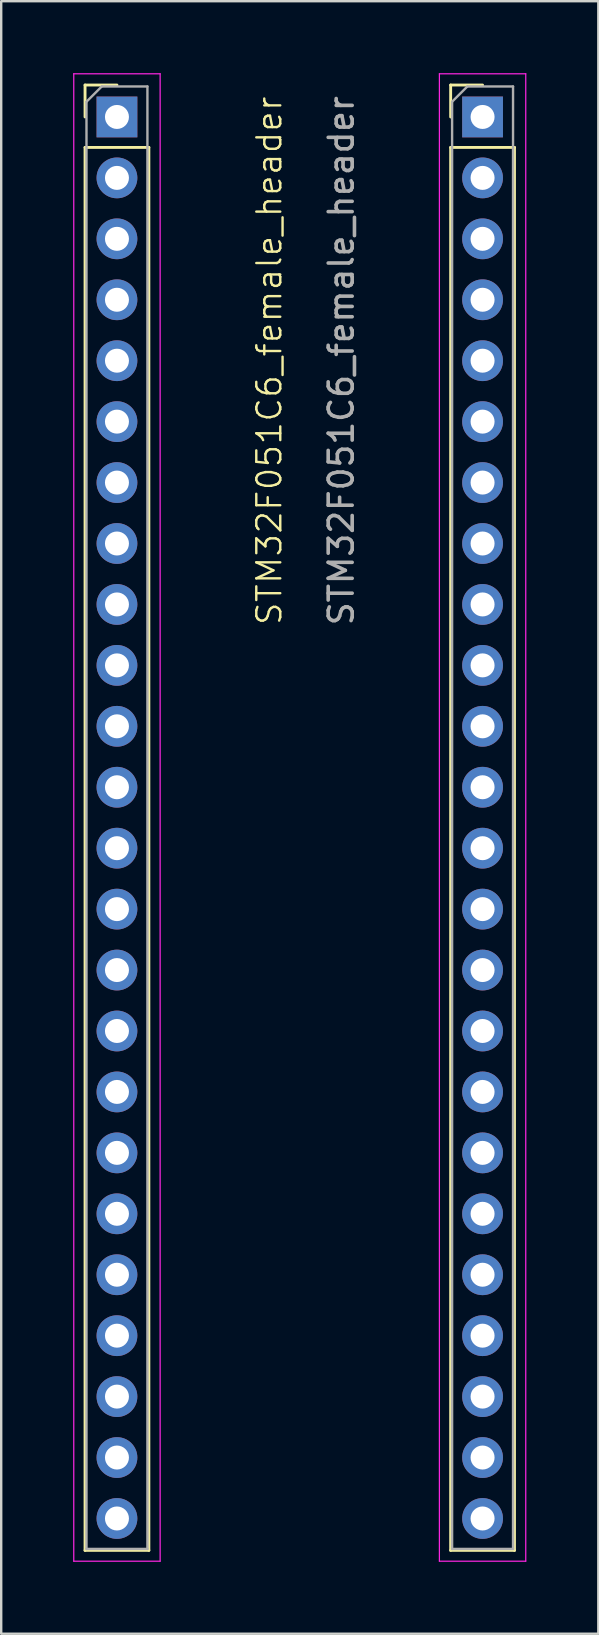
<source format=kicad_pcb>
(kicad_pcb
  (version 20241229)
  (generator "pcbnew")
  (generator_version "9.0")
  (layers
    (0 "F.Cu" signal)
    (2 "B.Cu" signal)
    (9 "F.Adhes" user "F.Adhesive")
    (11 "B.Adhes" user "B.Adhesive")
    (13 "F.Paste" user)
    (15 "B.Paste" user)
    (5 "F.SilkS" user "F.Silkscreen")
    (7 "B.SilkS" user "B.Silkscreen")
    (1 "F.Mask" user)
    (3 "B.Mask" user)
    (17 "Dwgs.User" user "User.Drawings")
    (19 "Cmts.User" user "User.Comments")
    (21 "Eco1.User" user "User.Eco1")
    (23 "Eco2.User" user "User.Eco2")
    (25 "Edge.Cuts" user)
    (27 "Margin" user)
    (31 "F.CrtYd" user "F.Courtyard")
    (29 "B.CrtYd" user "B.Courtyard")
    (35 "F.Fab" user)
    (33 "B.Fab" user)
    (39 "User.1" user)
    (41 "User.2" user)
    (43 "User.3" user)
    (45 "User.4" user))
  (footprint "STM32F051C6_female_header"
    (layer "F.Cu")
    (at 9.445 4.365)
    (property "Reference" "STM32F051C6_female_header" (at -1.27 7.62 90) (unlocked yes) (layer "F.SilkS") (effects (font (size 1 1) (thickness 0.1))))
    (attr smd)
    (fp_line (start -8.95 -3.87) (end -7.62 -3.87) (stroke (width 0.12) (type solid)) (layer "F.SilkS"))
    (fp_line (start -8.95 -2.54) (end -8.95 -3.87) (stroke (width 0.12) (type solid)) (layer "F.SilkS"))
    (fp_line (start -8.95 -1.27) (end -8.95 57.21) (stroke (width 0.12) (type solid)) (layer "F.SilkS"))
    (fp_line (start -8.95 -1.27) (end -6.29 -1.27) (stroke (width 0.12) (type solid)) (layer "F.SilkS"))
    (fp_line (start -8.95 57.21) (end -6.29 57.21) (stroke (width 0.12) (type solid)) (layer "F.SilkS"))
    (fp_line (start -6.29 -1.27) (end -6.29 57.21) (stroke (width 0.12) (type solid)) (layer "F.SilkS"))
    (fp_line (start 6.29 -3.87) (end 7.62 -3.87) (stroke (width 0.12) (type solid)) (layer "F.SilkS"))
    (fp_line (start 6.29 -2.54) (end 6.29 -3.87) (stroke (width 0.12) (type solid)) (layer "F.SilkS"))
    (fp_line (start 6.29 -1.27) (end 6.29 57.21) (stroke (width 0.12) (type solid)) (layer "F.SilkS"))
    (fp_line (start 6.29 -1.27) (end 8.95 -1.27) (stroke (width 0.12) (type solid)) (layer "F.SilkS"))
    (fp_line (start 6.29 57.21) (end 8.95 57.21) (stroke (width 0.12) (type solid)) (layer "F.SilkS"))
    (fp_line (start 8.95 -1.27) (end 8.95 57.21) (stroke (width 0.12) (type solid)) (layer "F.SilkS"))
    (fp_line (start -9.42 -4.34) (end -9.42 57.66) (stroke (width 0.05) (type solid)) (layer "F.CrtYd"))
    (fp_line (start -9.42 57.66) (end -5.82 57.66) (stroke (width 0.05) (type solid)) (layer "F.CrtYd"))
    (fp_line (start -5.82 -4.34) (end -9.42 -4.34) (stroke (width 0.05) (type solid)) (layer "F.CrtYd"))
    (fp_line (start -5.82 57.66) (end -5.82 -4.34) (stroke (width 0.05) (type solid)) (layer "F.CrtYd"))
    (fp_line (start 5.82 -4.34) (end 5.82 57.66) (stroke (width 0.05) (type solid)) (layer "F.CrtYd"))
    (fp_line (start 5.82 57.66) (end 9.42 57.66) (stroke (width 0.05) (type solid)) (layer "F.CrtYd"))
    (fp_line (start 9.42 -4.34) (end 5.82 -4.34) (stroke (width 0.05) (type solid)) (layer "F.CrtYd"))
    (fp_line (start 9.42 57.66) (end 9.42 -4.34) (stroke (width 0.05) (type solid)) (layer "F.CrtYd"))
    (fp_line (start -8.89 -3.175) (end -8.255 -3.81) (stroke (width 0.1) (type solid)) (layer "F.Fab"))
    (fp_line (start -8.89 57.15) (end -8.89 -3.175) (stroke (width 0.1) (type solid)) (layer "F.Fab"))
    (fp_line (start -8.255 -3.81) (end -6.35 -3.81) (stroke (width 0.1) (type solid)) (layer "F.Fab"))
    (fp_line (start -6.35 -3.81) (end -6.35 57.15) (stroke (width 0.1) (type solid)) (layer "F.Fab"))
    (fp_line (start -6.35 57.15) (end -8.89 57.15) (stroke (width 0.1) (type solid)) (layer "F.Fab"))
    (fp_line (start 6.35 -3.175) (end 6.985 -3.81) (stroke (width 0.1) (type solid)) (layer "F.Fab"))
    (fp_line (start 6.35 57.15) (end 6.35 -3.175) (stroke (width 0.1) (type solid)) (layer "F.Fab"))
    (fp_line (start 6.985 -3.81) (end 8.89 -3.81) (stroke (width 0.1) (type solid)) (layer "F.Fab"))
    (fp_line (start 8.89 -3.81) (end 8.89 57.15) (stroke (width 0.1) (type solid)) (layer "F.Fab"))
    (fp_line (start 8.89 57.15) (end 6.35 57.15) (stroke (width 0.1) (type solid)) (layer "F.Fab"))
    (fp_text user "${REFERENCE}" (at 1.73 7.62 90) (unlocked yes) (layer "F.Fab") (effects (font (size 1 1) (thickness 0.15))))
    (pad "1" thru_hole rect (at -7.62 -2.54) (size 1.7 1.7) (drill 1) (layers "*.Cu" "*.Mask"))
    (pad "2" thru_hole oval (at -7.62 0) (size 1.7 1.7) (drill 1) (layers "*.Cu" "*.Mask"))
    (pad "3" thru_hole oval (at -7.62 2.54) (size 1.7 1.7) (drill 1) (layers "*.Cu" "*.Mask"))
    (pad "4" thru_hole oval (at -7.62 5.08) (size 1.7 1.7) (drill 1) (layers "*.Cu" "*.Mask"))
    (pad "5" thru_hole oval (at -7.62 7.62) (size 1.7 1.7) (drill 1) (layers "*.Cu" "*.Mask"))
    (pad "6" thru_hole oval (at -7.62 10.16) (size 1.7 1.7) (drill 1) (layers "*.Cu" "*.Mask"))
    (pad "7" thru_hole oval (at -7.62 12.7) (size 1.7 1.7) (drill 1) (layers "*.Cu" "*.Mask"))
    (pad "8" thru_hole oval (at -7.62 15.24) (size 1.7 1.7) (drill 1) (layers "*.Cu" "*.Mask"))
    (pad "9" thru_hole oval (at -7.62 17.78) (size 1.7 1.7) (drill 1) (layers "*.Cu" "*.Mask"))
    (pad "10" thru_hole oval (at -7.62 20.32) (size 1.7 1.7) (drill 1) (layers "*.Cu" "*.Mask"))
    (pad "11" thru_hole oval (at -7.62 22.86) (size 1.7 1.7) (drill 1) (layers "*.Cu" "*.Mask"))
    (pad "12" thru_hole oval (at -7.62 25.4) (size 1.7 1.7) (drill 1) (layers "*.Cu" "*.Mask"))
    (pad "13" thru_hole oval (at -7.62 27.94) (size 1.7 1.7) (drill 1) (layers "*.Cu" "*.Mask"))
    (pad "14" thru_hole oval (at -7.62 30.48) (size 1.7 1.7) (drill 1) (layers "*.Cu" "*.Mask"))
    (pad "15" thru_hole oval (at -7.62 33.02) (size 1.7 1.7) (drill 1) (layers "*.Cu" "*.Mask"))
    (pad "16" thru_hole oval (at -7.62 35.56) (size 1.7 1.7) (drill 1) (layers "*.Cu" "*.Mask"))
    (pad "17" thru_hole oval (at -7.62 38.1) (size 1.7 1.7) (drill 1) (layers "*.Cu" "*.Mask"))
    (pad "18" thru_hole oval (at -7.62 40.64) (size 1.7 1.7) (drill 1) (layers "*.Cu" "*.Mask"))
    (pad "19" thru_hole oval (at -7.62 43.18) (size 1.7 1.7) (drill 1) (layers "*.Cu" "*.Mask"))
    (pad "20" thru_hole oval (at -7.62 45.72) (size 1.7 1.7) (drill 1) (layers "*.Cu" "*.Mask"))
    (pad "21" thru_hole oval (at -7.62 48.26) (size 1.7 1.7) (drill 1) (layers "*.Cu" "*.Mask"))
    (pad "22" thru_hole oval (at -7.62 50.8) (size 1.7 1.7) (drill 1) (layers "*.Cu" "*.Mask"))
    (pad "23" thru_hole oval (at -7.62 53.34) (size 1.7 1.7) (drill 1) (layers "*.Cu" "*.Mask"))
    (pad "24" thru_hole oval (at -7.62 55.88) (size 1.7 1.7) (drill 1) (layers "*.Cu" "*.Mask"))
    (pad "25" thru_hole oval (at 7.62 55.88) (size 1.7 1.7) (drill 1) (layers "*.Cu" "*.Mask"))
    (pad "26" thru_hole oval (at 7.62 53.34) (size 1.7 1.7) (drill 1) (layers "*.Cu" "*.Mask"))
    (pad "27" thru_hole oval (at 7.62 50.8) (size 1.7 1.7) (drill 1) (layers "*.Cu" "*.Mask"))
    (pad "28" thru_hole oval (at 7.62 48.26) (size 1.7 1.7) (drill 1) (layers "*.Cu" "*.Mask"))
    (pad "29" thru_hole oval (at 7.62 45.72) (size 1.7 1.7) (drill 1) (layers "*.Cu" "*.Mask"))
    (pad "30" thru_hole oval (at 7.62 43.18) (size 1.7 1.7) (drill 1) (layers "*.Cu" "*.Mask"))
    (pad "31" thru_hole oval (at 7.62 40.64) (size 1.7 1.7) (drill 1) (layers "*.Cu" "*.Mask"))
    (pad "32" thru_hole oval (at 7.62 38.1) (size 1.7 1.7) (drill 1) (layers "*.Cu" "*.Mask"))
    (pad "33" thru_hole oval (at 7.62 35.56) (size 1.7 1.7) (drill 1) (layers "*.Cu" "*.Mask"))
    (pad "34" thru_hole oval (at 7.62 33.02) (size 1.7 1.7) (drill 1) (layers "*.Cu" "*.Mask"))
    (pad "35" thru_hole oval (at 7.62 30.48) (size 1.7 1.7) (drill 1) (layers "*.Cu" "*.Mask"))
    (pad "36" thru_hole oval (at 7.62 27.94) (size 1.7 1.7) (drill 1) (layers "*.Cu" "*.Mask"))
    (pad "37" thru_hole oval (at 7.62 25.4) (size 1.7 1.7) (drill 1) (layers "*.Cu" "*.Mask"))
    (pad "38" thru_hole oval (at 7.62 22.86) (size 1.7 1.7) (drill 1) (layers "*.Cu" "*.Mask"))
    (pad "39" thru_hole oval (at 7.62 20.32) (size 1.7 1.7) (drill 1) (layers "*.Cu" "*.Mask"))
    (pad "40" thru_hole oval (at 7.62 17.78) (size 1.7 1.7) (drill 1) (layers "*.Cu" "*.Mask"))
    (pad "41" thru_hole oval (at 7.62 15.24) (size 1.7 1.7) (drill 1) (layers "*.Cu" "*.Mask"))
    (pad "42" thru_hole oval (at 7.62 12.7) (size 1.7 1.7) (drill 1) (layers "*.Cu" "*.Mask"))
    (pad "43" thru_hole oval (at 7.62 10.16) (size 1.7 1.7) (drill 1) (layers "*.Cu" "*.Mask"))
    (pad "44" thru_hole oval (at 7.62 7.62) (size 1.7 1.7) (drill 1) (layers "*.Cu" "*.Mask"))
    (pad "45" thru_hole oval (at 7.62 5.08) (size 1.7 1.7) (drill 1) (layers "*.Cu" "*.Mask"))
    (pad "46" thru_hole oval (at 7.62 2.54) (size 1.7 1.7) (drill 1) (layers "*.Cu" "*.Mask"))
    (pad "47" thru_hole oval (at 7.62 0) (size 1.7 1.7) (drill 1) (layers "*.Cu" "*.Mask"))
    (pad "48" thru_hole rect (at 7.62 -2.54) (size 1.7 1.7) (drill 1) (layers "*.Cu" "*.Mask")))
  (gr_rect
    (start -3 -3)
    (end 21.89 65.05)
    (stroke (width 0.1) (type default))
    (fill no)
    (layer "Edge.Cuts")))
</source>
